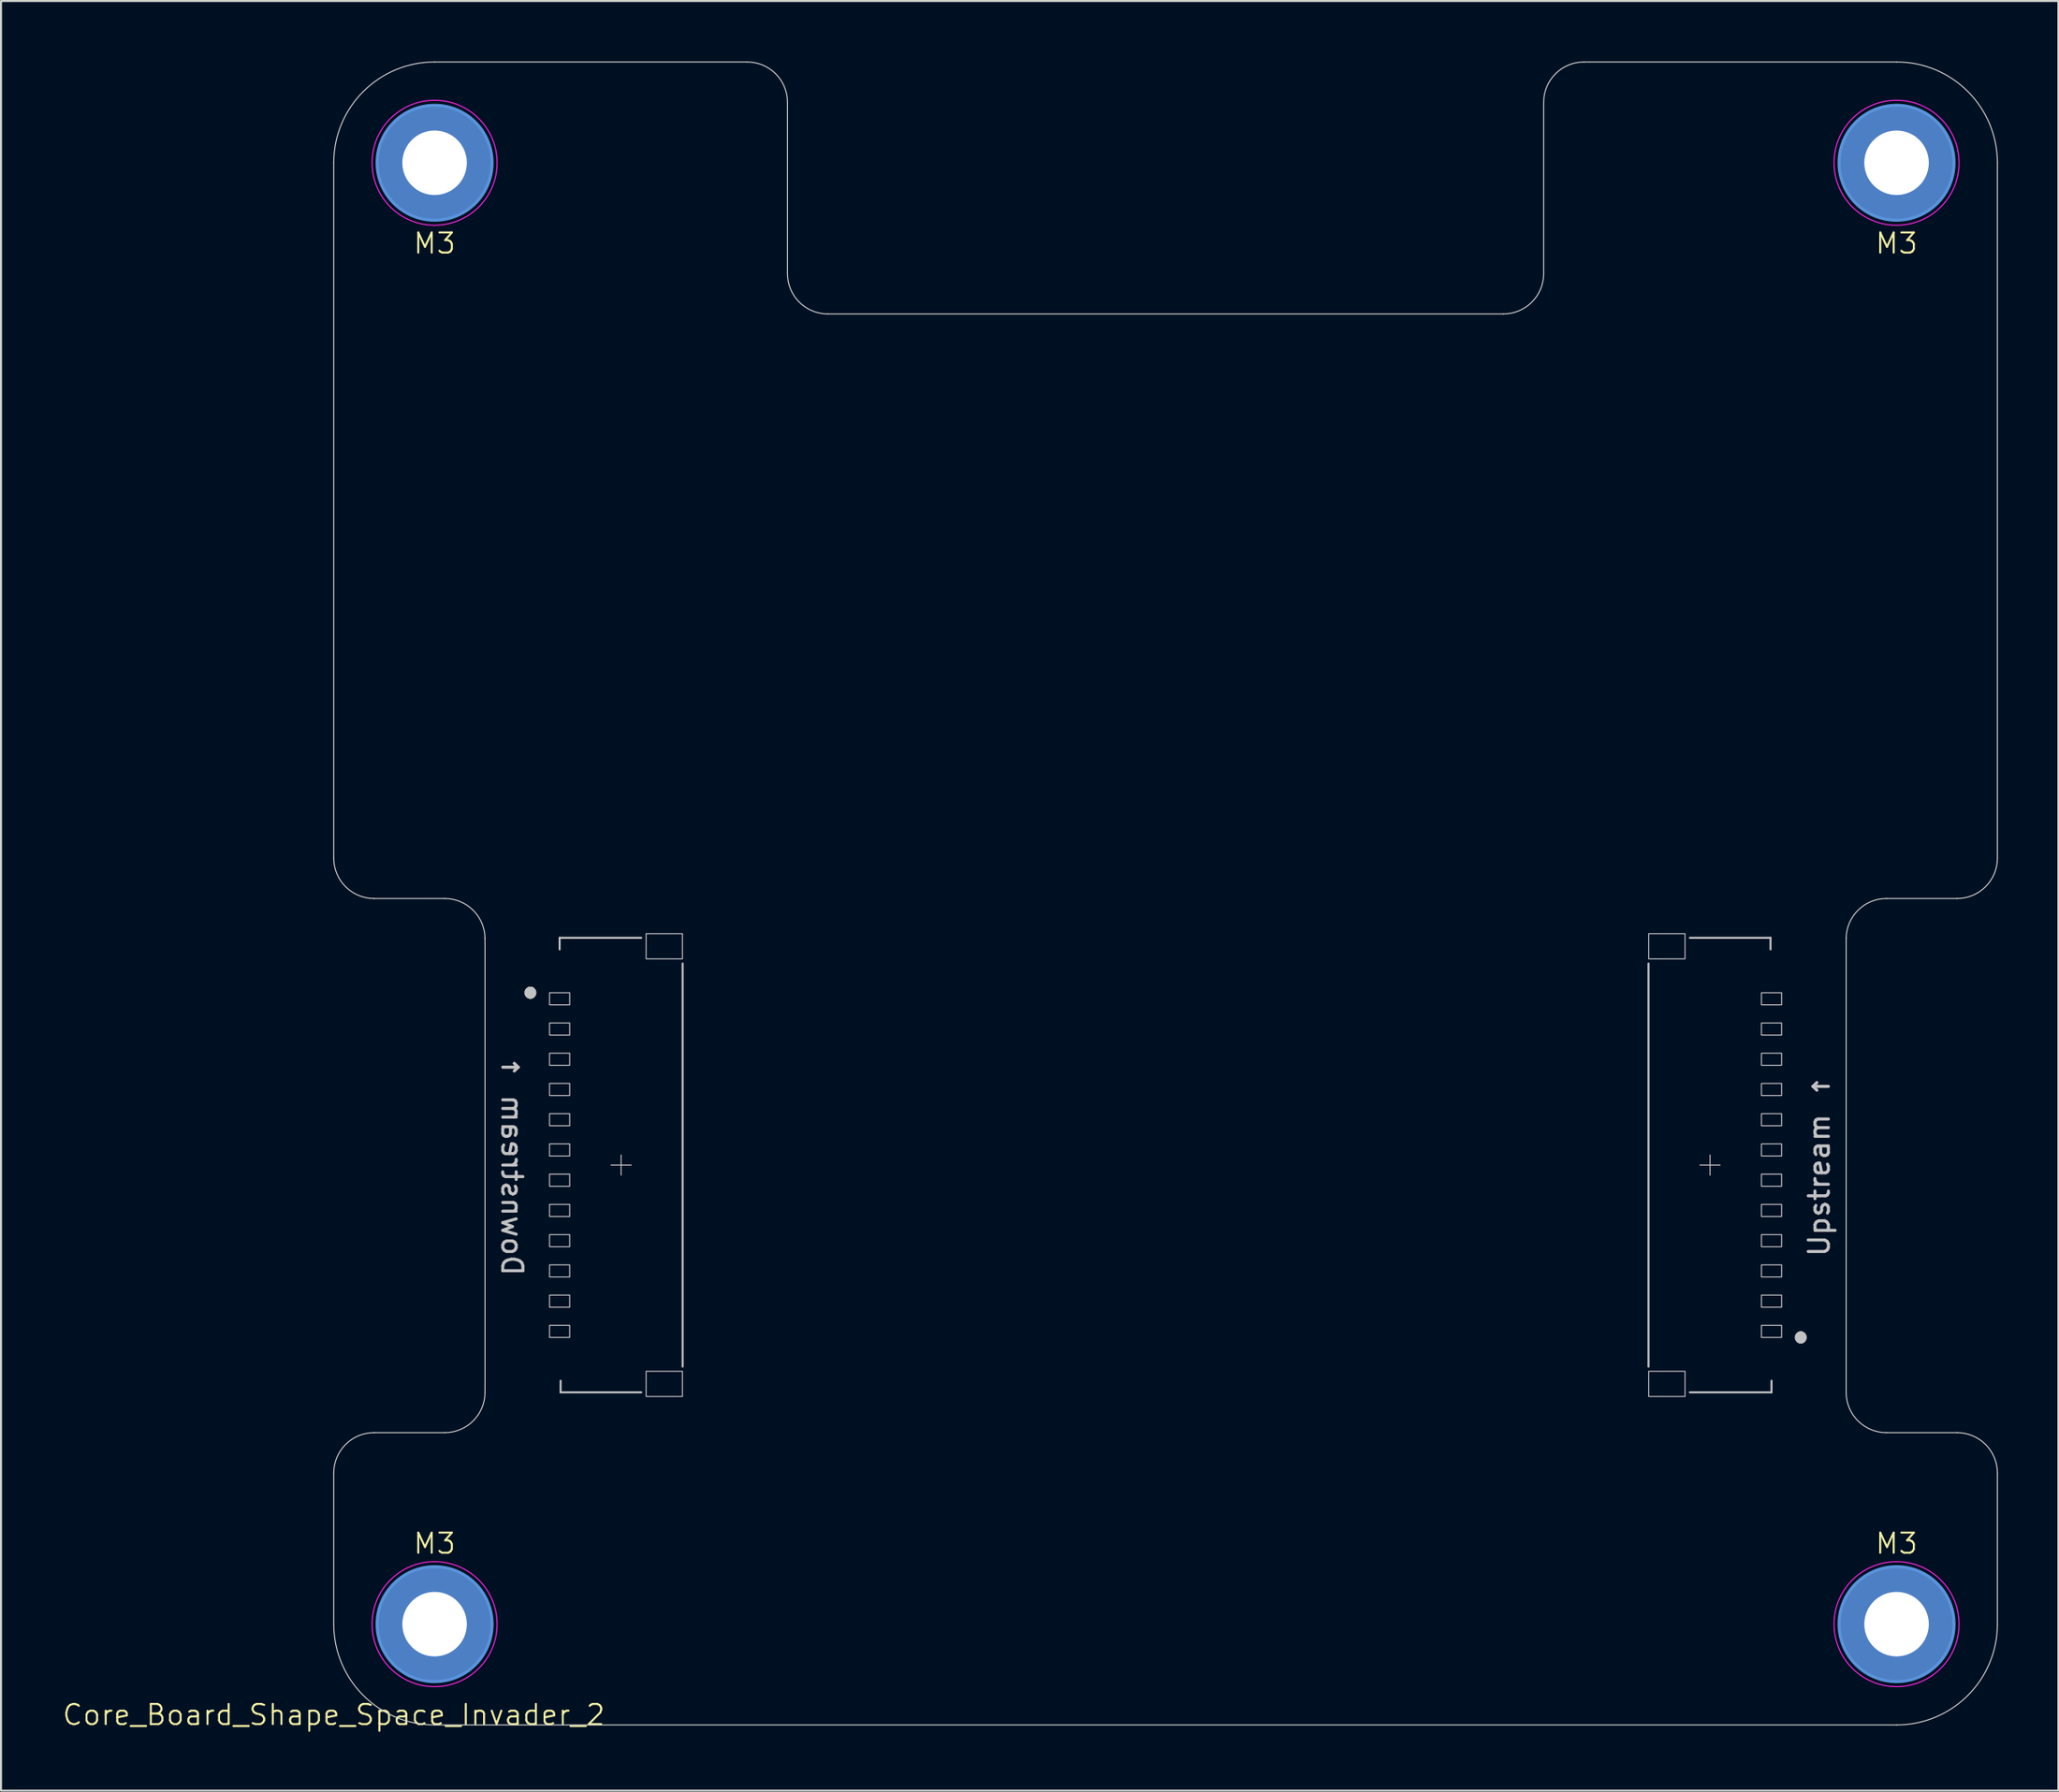
<source format=kicad_pcb>
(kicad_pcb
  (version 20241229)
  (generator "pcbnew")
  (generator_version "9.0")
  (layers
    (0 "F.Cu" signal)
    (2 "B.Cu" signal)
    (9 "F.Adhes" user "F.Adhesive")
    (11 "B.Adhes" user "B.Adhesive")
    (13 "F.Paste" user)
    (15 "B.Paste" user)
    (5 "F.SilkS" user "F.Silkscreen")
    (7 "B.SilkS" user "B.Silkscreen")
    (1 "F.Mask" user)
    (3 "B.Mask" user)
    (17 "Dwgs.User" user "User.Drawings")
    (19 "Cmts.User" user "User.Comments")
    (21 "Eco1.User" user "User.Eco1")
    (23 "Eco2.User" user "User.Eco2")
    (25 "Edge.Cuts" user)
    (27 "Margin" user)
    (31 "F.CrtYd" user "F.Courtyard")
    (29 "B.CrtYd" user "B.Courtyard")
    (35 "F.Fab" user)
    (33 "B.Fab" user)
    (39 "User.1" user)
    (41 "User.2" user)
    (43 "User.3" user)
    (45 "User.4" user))
  (footprint "Core_Board_Shape_Space_Invader_2"
    (layer "F.Cu")
    (at 13.502 82.525)
    (property "Reference" "Core_Board_Shape_Space_Invader_2" (at 0 -0.5 0) (unlocked yes) (layer "F.SilkS") (effects (font (size 1 1) (thickness 0.1))))
    (attr through_hole exclude_from_pos_files exclude_from_bom allow_missing_courtyard)
    (fp_line (start 9.75 -36.375) (end 9.75 -36.375) (stroke (width 0.5) (type solid)) (layer "Dwgs.User"))
    (fp_line (start 9.75 -36.275) (end 9.75 -36.275) (stroke (width 0.5) (type solid)) (layer "Dwgs.User"))
    (fp_line (start 11.2 -39.05) (end 11.2 -38.475) (stroke (width 0.1) (type solid)) (layer "Dwgs.User"))
    (fp_line (start 11.25 -16.5) (end 11.25 -17.075) (stroke (width 0.1) (type solid)) (layer "Dwgs.User"))
    (fp_line (start 13.75 -27.775) (end 14.75 -27.775) (stroke (width 0.05) (type default)) (layer "Dwgs.User"))
    (fp_line (start 14.25 -27.275) (end 14.25 -28.275) (stroke (width 0.05) (type default)) (layer "Dwgs.User"))
    (fp_line (start 15.25 -39.05) (end 11.2 -39.05) (stroke (width 0.1) (type solid)) (layer "Dwgs.User"))
    (fp_line (start 15.25 -16.5) (end 11.25 -16.5) (stroke (width 0.1) (type solid)) (layer "Dwgs.User"))
    (fp_line (start 17.3 -17.775) (end 17.3 -37.775) (stroke (width 0.1) (type solid)) (layer "Dwgs.User"))
    (fp_line (start 65.2 -37.775) (end 65.2 -17.775) (stroke (width 0.1) (type solid)) (layer "Dwgs.User"))
    (fp_line (start 67.25 -39.05) (end 71.25 -39.05) (stroke (width 0.1) (type solid)) (layer "Dwgs.User"))
    (fp_line (start 67.25 -16.5) (end 71.3 -16.5) (stroke (width 0.1) (type solid)) (layer "Dwgs.User"))
    (fp_line (start 68.25 -28.275) (end 68.25 -27.275) (stroke (width 0.05) (type default)) (layer "Dwgs.User"))
    (fp_line (start 68.75 -27.775) (end 67.75 -27.775) (stroke (width 0.05) (type default)) (layer "Dwgs.User"))
    (fp_line (start 71.25 -39.05) (end 71.25 -38.475) (stroke (width 0.1) (type solid)) (layer "Dwgs.User"))
    (fp_line (start 71.3 -16.5) (end 71.3 -17.075) (stroke (width 0.1) (type solid)) (layer "Dwgs.User"))
    (fp_line (start 72.75 -19.275) (end 72.75 -19.275) (stroke (width 0.5) (type solid)) (layer "Dwgs.User"))
    (fp_line (start 72.75 -19.175) (end 72.75 -19.175) (stroke (width 0.5) (type solid)) (layer "Dwgs.User"))
    (fp_rect (start 11.7 -35.725) (end 10.7 -36.325) (stroke (width 0.05) (type default)) (fill no) (layer "Dwgs.User"))
    (fp_rect (start 11.7 -34.225) (end 10.7 -34.825) (stroke (width 0.05) (type default)) (fill no) (layer "Dwgs.User"))
    (fp_rect (start 11.7 -32.725) (end 10.7 -33.325) (stroke (width 0.05) (type default)) (fill no) (layer "Dwgs.User"))
    (fp_rect (start 11.7 -31.225) (end 10.7 -31.825) (stroke (width 0.05) (type default)) (fill no) (layer "Dwgs.User"))
    (fp_rect (start 11.7 -29.725) (end 10.7 -30.325) (stroke (width 0.05) (type default)) (fill no) (layer "Dwgs.User"))
    (fp_rect (start 11.7 -28.225) (end 10.7 -28.825) (stroke (width 0.05) (type default)) (fill no) (layer "Dwgs.User"))
    (fp_rect (start 11.7 -26.725) (end 10.7 -27.325) (stroke (width 0.05) (type default)) (fill no) (layer "Dwgs.User"))
    (fp_rect (start 11.7 -25.225) (end 10.7 -25.825) (stroke (width 0.05) (type default)) (fill no) (layer "Dwgs.User"))
    (fp_rect (start 11.7 -23.725) (end 10.7 -24.325) (stroke (width 0.05) (type default)) (fill no) (layer "Dwgs.User"))
    (fp_rect (start 11.7 -22.225) (end 10.7 -22.825) (stroke (width 0.05) (type default)) (fill no) (layer "Dwgs.User"))
    (fp_rect (start 11.7 -20.725) (end 10.7 -21.325) (stroke (width 0.05) (type default)) (fill no) (layer "Dwgs.User"))
    (fp_rect (start 11.7 -19.225) (end 10.7 -19.825) (stroke (width 0.05) (type default)) (fill no) (layer "Dwgs.User"))
    (fp_rect (start 17.29 -38.005) (end 15.49 -39.255) (stroke (width 0.05) (type default)) (fill no) (layer "Dwgs.User"))
    (fp_rect (start 17.29 -16.295) (end 15.49 -17.545) (stroke (width 0.05) (type default)) (fill no) (layer "Dwgs.User"))
    (fp_rect (start 65.21 -39.255) (end 67.01 -38.005) (stroke (width 0.05) (type default)) (fill no) (layer "Dwgs.User"))
    (fp_rect (start 65.21 -17.545) (end 67.01 -16.295) (stroke (width 0.05) (type default)) (fill no) (layer "Dwgs.User"))
    (fp_rect (start 70.8 -36.325) (end 71.8 -35.725) (stroke (width 0.05) (type default)) (fill no) (layer "Dwgs.User"))
    (fp_rect (start 70.8 -34.825) (end 71.8 -34.225) (stroke (width 0.05) (type default)) (fill no) (layer "Dwgs.User"))
    (fp_rect (start 70.8 -33.325) (end 71.8 -32.725) (stroke (width 0.05) (type default)) (fill no) (layer "Dwgs.User"))
    (fp_rect (start 70.8 -31.825) (end 71.8 -31.225) (stroke (width 0.05) (type default)) (fill no) (layer "Dwgs.User"))
    (fp_rect (start 70.8 -30.325) (end 71.8 -29.725) (stroke (width 0.05) (type default)) (fill no) (layer "Dwgs.User"))
    (fp_rect (start 70.8 -28.825) (end 71.8 -28.225) (stroke (width 0.05) (type default)) (fill no) (layer "Dwgs.User"))
    (fp_rect (start 70.8 -27.325) (end 71.8 -26.725) (stroke (width 0.05) (type default)) (fill no) (layer "Dwgs.User"))
    (fp_rect (start 70.8 -25.825) (end 71.8 -25.225) (stroke (width 0.05) (type default)) (fill no) (layer "Dwgs.User"))
    (fp_rect (start 70.8 -24.325) (end 71.8 -23.725) (stroke (width 0.05) (type default)) (fill no) (layer "Dwgs.User"))
    (fp_rect (start 70.8 -22.825) (end 71.8 -22.225) (stroke (width 0.05) (type default)) (fill no) (layer "Dwgs.User"))
    (fp_rect (start 70.8 -21.325) (end 71.8 -20.725) (stroke (width 0.05) (type default)) (fill no) (layer "Dwgs.User"))
    (fp_rect (start 70.8 -19.825) (end 71.8 -19.225) (stroke (width 0.05) (type default)) (fill no) (layer "Dwgs.User"))
    (fp_arc (start 9.75 -36.375) (mid 9.8 -36.325) (end 9.75 -36.275) (stroke (width 0.5) (type solid)) (layer "Dwgs.User"))
    (fp_arc (start 9.75 -36.275) (mid 9.7 -36.325) (end 9.75 -36.375) (stroke (width 0.5) (type solid)) (layer "Dwgs.User"))
    (fp_arc (start 72.75 -19.275) (mid 72.8 -19.225) (end 72.75 -19.175) (stroke (width 0.5) (type solid)) (layer "Dwgs.User"))
    (fp_arc (start 72.75 -19.175) (mid 72.7 -19.225) (end 72.75 -19.275) (stroke (width 0.5) (type solid)) (layer "Dwgs.User"))
    (fp_circle (center 5 -77.5) (end 7.85 -77.5) (stroke (width 0.15) (type solid)) (fill no) (layer "Cmts.User"))
    (fp_circle (center 5 -5) (end 7.85 -5) (stroke (width 0.15) (type solid)) (fill no) (layer "Cmts.User"))
    (fp_circle (center 77.5 -77.5) (end 80.35 -77.5) (stroke (width 0.15) (type solid)) (fill no) (layer "Cmts.User"))
    (fp_circle (center 77.5 -5) (end 80.35 -5) (stroke (width 0.15) (type solid)) (fill no) (layer "Cmts.User"))
    (fp_line (start 0 -43) (end 0 -77.5) (stroke (width 0.05) (type default)) (layer "Edge.Cuts"))
    (fp_line (start 0 -12.5) (end 0 -5) (stroke (width 0.05) (type default)) (layer "Edge.Cuts"))
    (fp_line (start 2 -41) (end 5.5 -41) (stroke (width 0.05) (type default)) (layer "Edge.Cuts"))
    (fp_line (start 5.5 -14.5) (end 2 -14.5) (stroke (width 0.05) (type default)) (layer "Edge.Cuts"))
    (fp_line (start 7.5 -39.05) (end 7.5 -16.5) (stroke (width 0.05) (type default)) (layer "Edge.Cuts"))
    (fp_line (start 20.5 -82.5) (end 5 -82.5) (stroke (width 0.05) (type default)) (layer "Edge.Cuts"))
    (fp_line (start 22.5 -72) (end 22.5 -80.5) (stroke (width 0.05) (type default)) (layer "Edge.Cuts"))
    (fp_line (start 58 -70) (end 24.5 -70) (stroke (width 0.05) (type default)) (layer "Edge.Cuts"))
    (fp_line (start 60 -80.5) (end 60 -72) (stroke (width 0.05) (type default)) (layer "Edge.Cuts"))
    (fp_line (start 62 -82.5) (end 77.5 -82.5) (stroke (width 0.05) (type default)) (layer "Edge.Cuts"))
    (fp_line (start 75 -16.5) (end 75 -39.05) (stroke (width 0.05) (type default)) (layer "Edge.Cuts"))
    (fp_line (start 77 -41) (end 80.5 -41) (stroke (width 0.05) (type default)) (layer "Edge.Cuts"))
    (fp_line (start 77.5 0) (end 5 0) (stroke (width 0.05) (type default)) (layer "Edge.Cuts"))
    (fp_line (start 80.5 -14.5) (end 77 -14.5) (stroke (width 0.05) (type default)) (layer "Edge.Cuts"))
    (fp_line (start 82.5 -43) (end 82.5 -77.5) (stroke (width 0.05) (type default)) (layer "Edge.Cuts"))
    (fp_line (start 82.5 -12.5) (end 82.5 -5) (stroke (width 0.05) (type default)) (layer "Edge.Cuts"))
    (fp_arc (start 0 -77.5) (mid 1.464466 -81.035534) (end 5 -82.5) (stroke (width 0.05) (type default)) (layer "Edge.Cuts"))
    (fp_arc (start 0 -12.5) (mid 0.585786 -13.914214) (end 2 -14.5) (stroke (width 0.05) (type default)) (layer "Edge.Cuts"))
    (fp_arc (start 2 -41) (mid 0.585786 -41.585786) (end 0 -43) (stroke (width 0.05) (type default)) (layer "Edge.Cuts"))
    (fp_arc (start 5 0) (mid 1.464466 -1.464466) (end 0 -5) (stroke (width 0.05) (type default)) (layer "Edge.Cuts"))
    (fp_arc (start 5.5 -41) (mid 6.914214 -40.414214) (end 7.5 -39) (stroke (width 0.05) (type default)) (layer "Edge.Cuts"))
    (fp_arc (start 7.5 -16.5) (mid 6.914214 -15.085786) (end 5.5 -14.5) (stroke (width 0.05) (type default)) (layer "Edge.Cuts"))
    (fp_arc (start 20.5 -82.5) (mid 21.914214 -81.914214) (end 22.5 -80.5) (stroke (width 0.05) (type default)) (layer "Edge.Cuts"))
    (fp_arc (start 24.5 -70) (mid 23.085786 -70.585786) (end 22.5 -72) (stroke (width 0.05) (type default)) (layer "Edge.Cuts"))
    (fp_arc (start 60 -80.5) (mid 60.585786 -81.914214) (end 62 -82.5) (stroke (width 0.05) (type default)) (layer "Edge.Cuts"))
    (fp_arc (start 60 -72) (mid 59.414214 -70.585786) (end 58 -70) (stroke (width 0.05) (type default)) (layer "Edge.Cuts"))
    (fp_arc (start 75 -39) (mid 75.585786 -40.414214) (end 77 -41) (stroke (width 0.05) (type default)) (layer "Edge.Cuts"))
    (fp_arc (start 77 -14.5) (mid 75.585786 -15.085786) (end 75 -16.5) (stroke (width 0.05) (type default)) (layer "Edge.Cuts"))
    (fp_arc (start 77.5 -82.5) (mid 81.035534 -81.035534) (end 82.5 -77.5) (stroke (width 0.05) (type default)) (layer "Edge.Cuts"))
    (fp_arc (start 80.5 -14.5) (mid 81.914214 -13.914214) (end 82.5 -12.5) (stroke (width 0.05) (type default)) (layer "Edge.Cuts"))
    (fp_arc (start 82.5 -43) (mid 81.914214 -41.585786) (end 80.5 -41) (stroke (width 0.05) (type default)) (layer "Edge.Cuts"))
    (fp_arc (start 82.5 -5) (mid 81.035534 -1.464466) (end 77.5 0) (stroke (width 0.05) (type default)) (layer "Edge.Cuts"))
    (fp_circle (center 5 -77.5) (end 8.1 -77.5) (stroke (width 0.05) (type solid)) (fill no) (layer "F.CrtYd"))
    (fp_circle (center 5 -5) (end 8.1 -5) (stroke (width 0.05) (type solid)) (fill no) (layer "F.CrtYd"))
    (fp_circle (center 77.5 -77.5) (end 80.6 -77.5) (stroke (width 0.05) (type solid)) (fill no) (layer "F.CrtYd"))
    (fp_circle (center 77.5 -5) (end 80.6 -5) (stroke (width 0.05) (type solid)) (fill no) (layer "F.CrtYd"))
    (fp_text user "M3" (at 77.5 -9 0) (unlocked yes) (layer "F.SilkS") (effects (font (size 1 1) (thickness 0.1))))
    (fp_text user "M3" (at 5 -9 0) (unlocked yes) (layer "F.SilkS") (effects (font (size 1 1) (thickness 0.1))))
    (fp_text user "M3" (at 5 -73.5 0) (unlocked yes) (layer "F.SilkS") (effects (font (size 1 1) (thickness 0.1))))
    (fp_text user "M3" (at 77.5 -73.5 0) (unlocked yes) (layer "F.SilkS") (effects (font (size 1 1) (thickness 0.1))))
    (fp_text user "Downstream ↑" (at 8.25 -27.775 270) (unlocked yes) (layer "Dwgs.User") (effects (font (size 1 1) (thickness 0.15)) (justify bottom mirror)))
    (fp_text user "Upstream ↑" (at 74.25 -27.775 90) (unlocked yes) (layer "Dwgs.User") (effects (font (size 1 1) (thickness 0.15)) (justify bottom)))
    (pad "MH1" thru_hole circle (at 5 -77.5) (size 3.6 3.6) (drill 3.2) (layers "*.Cu" "*.Mask"))
    (pad "MH1" connect circle (at 5 -77.5) (size 5.7 5.7) (layers "F.Cu" "F.Mask"))
    (pad "MH1" connect circle (at 5 -77.5) (size 5.7 5.7) (layers "B.Cu" "B.Mask"))
    (pad "MH2" thru_hole circle (at 77.5 -77.5) (size 3.6 3.6) (drill 3.2) (layers "*.Cu" "*.Mask"))
    (pad "MH2" connect circle (at 77.5 -77.5) (size 5.7 5.7) (layers "F.Cu" "F.Mask"))
    (pad "MH2" connect circle (at 77.5 -77.5) (size 5.7 5.7) (layers "B.Cu" "B.Mask"))
    (pad "MH3" thru_hole circle (at 77.5 -5) (size 3.6 3.6) (drill 3.2) (layers "*.Cu" "*.Mask"))
    (pad "MH3" connect circle (at 77.5 -5) (size 5.7 5.7) (layers "F.Cu" "F.Mask"))
    (pad "MH3" connect circle (at 77.5 -5) (size 5.7 5.7) (layers "B.Cu" "B.Mask"))
    (pad "MH4" thru_hole circle (at 5 -5) (size 3.6 3.6) (drill 3.2) (layers "*.Cu" "*.Mask"))
    (pad "MH4" connect circle (at 5 -5) (size 5.7 5.7) (layers "F.Cu" "F.Mask"))
    (pad "MH4" connect circle (at 5 -5) (size 5.7 5.7) (layers "B.Cu" "B.Mask")))
  (gr_rect
    (start -3 -3)
    (end 99.027 85.785)
    (stroke (width 0.1) (type default))
    (fill no)
    (layer "Edge.Cuts")))
</source>
